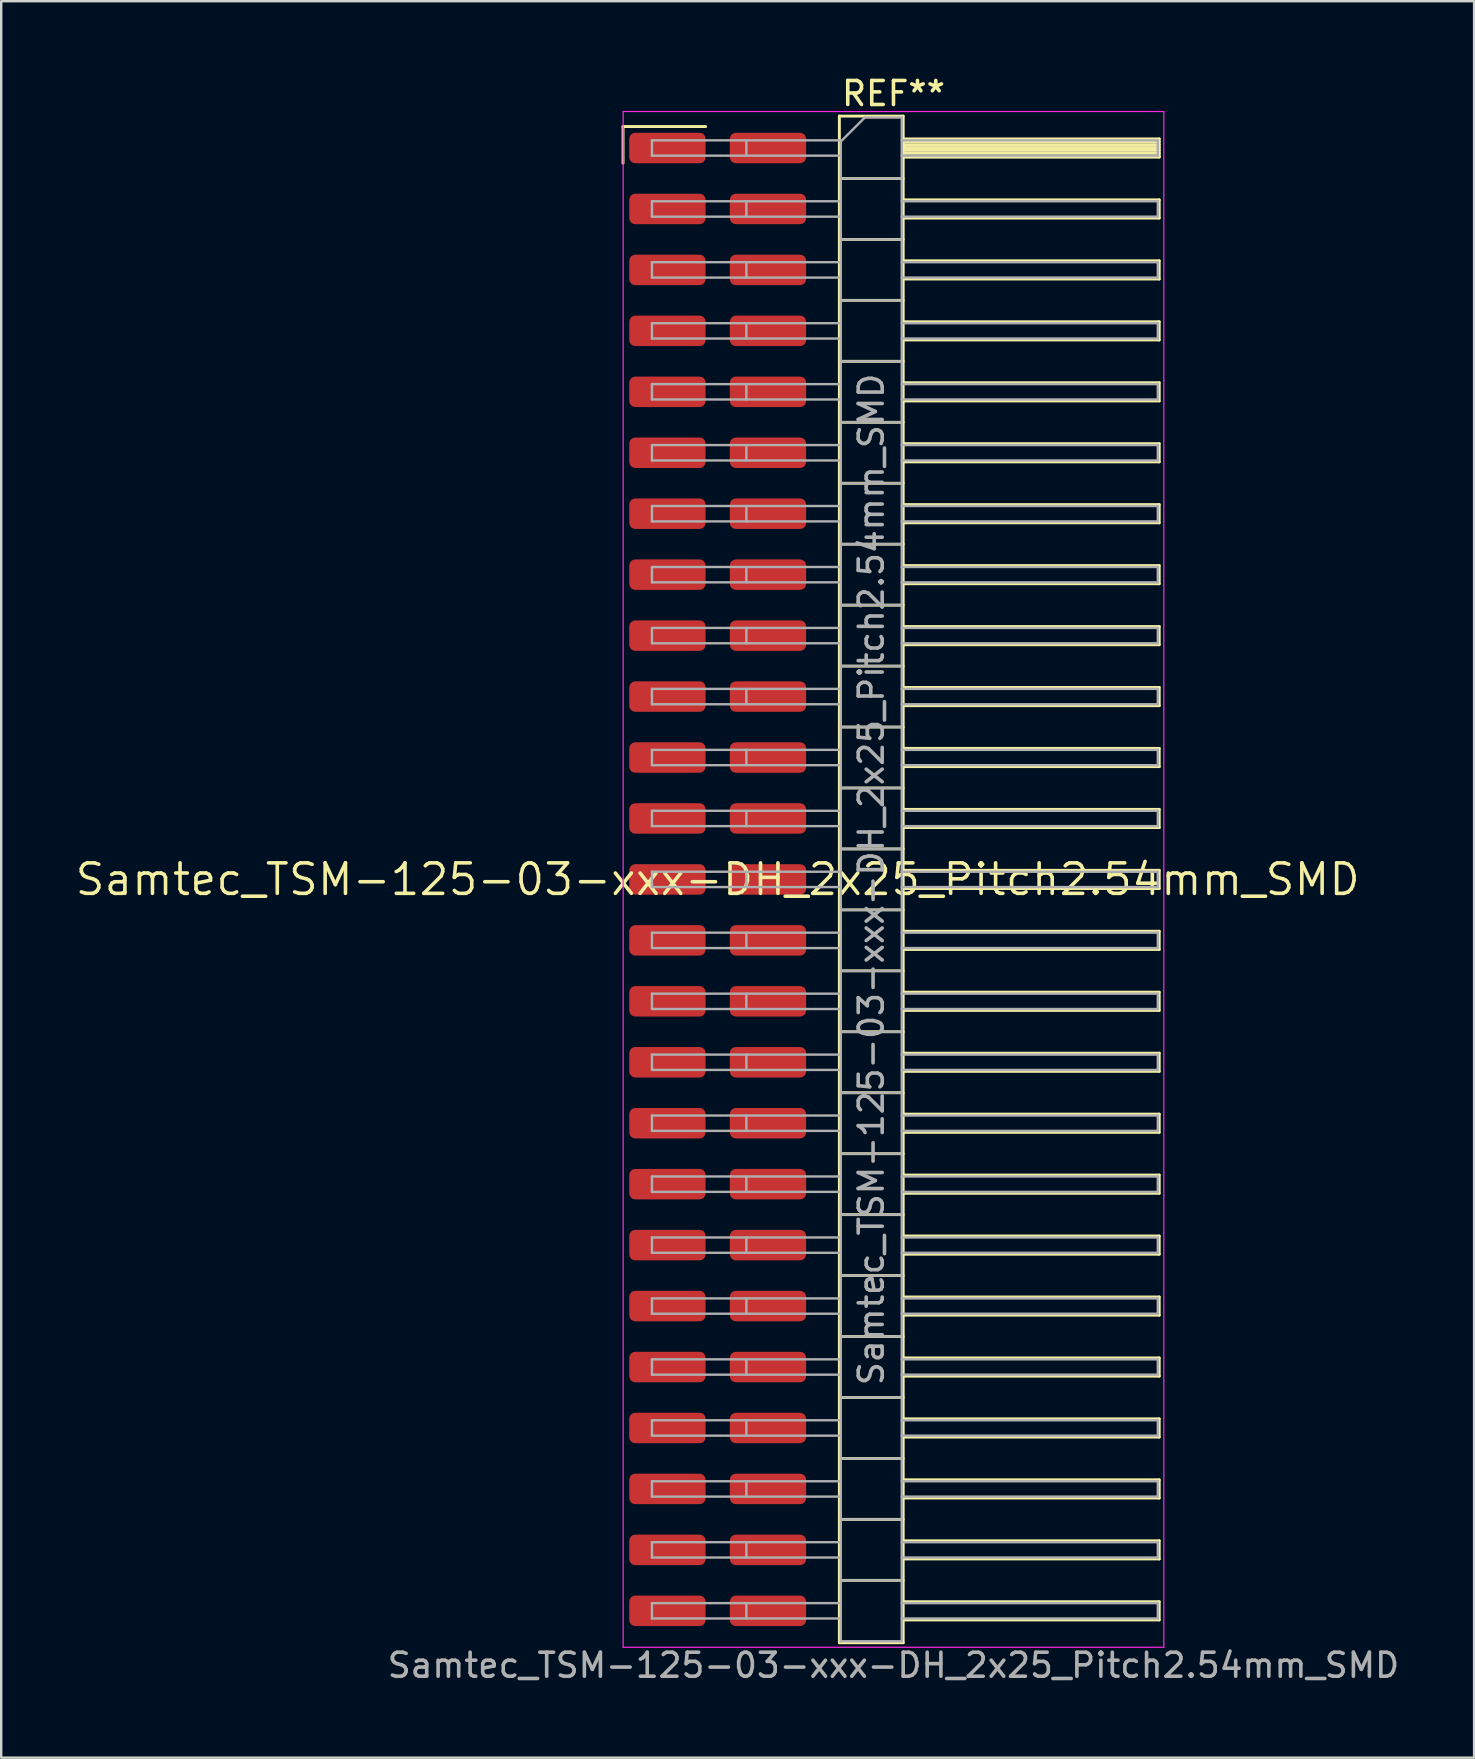
<source format=kicad_pcb>
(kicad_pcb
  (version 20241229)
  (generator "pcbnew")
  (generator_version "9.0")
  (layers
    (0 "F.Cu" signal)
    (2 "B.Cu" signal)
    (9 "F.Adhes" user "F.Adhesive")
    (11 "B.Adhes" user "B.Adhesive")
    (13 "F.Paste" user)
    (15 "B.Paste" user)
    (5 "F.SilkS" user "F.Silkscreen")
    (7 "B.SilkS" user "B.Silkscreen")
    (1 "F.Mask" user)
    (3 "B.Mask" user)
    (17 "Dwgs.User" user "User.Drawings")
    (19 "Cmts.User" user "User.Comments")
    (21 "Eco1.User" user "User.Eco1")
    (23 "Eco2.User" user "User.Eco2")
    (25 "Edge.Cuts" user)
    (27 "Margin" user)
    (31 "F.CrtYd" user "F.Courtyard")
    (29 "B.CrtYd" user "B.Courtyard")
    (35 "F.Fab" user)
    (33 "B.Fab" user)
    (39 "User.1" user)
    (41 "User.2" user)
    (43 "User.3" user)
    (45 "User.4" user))
  (footprint "Samtec_TSM-125-03-xxx-DH_2x25_Pitch2.54mm_SMD"
    (layer "F.Cu")
    (at 26.859 33.598)
    (property "Reference" "Samtec_TSM-125-03-xxx-DH_2x25_Pitch2.54mm_SMD" (at 0 0 0) (layer "F.SilkS") (effects (font (size 1.27 1.27) (thickness 0.15))))
    (attr smd)
    (fp_line (start -3.945 -31.375) (end -0.505 -31.375) (stroke (width 0.12) (type solid)) (layer "F.SilkS"))
    (fp_line (start -3.945 -29.845) (end -3.945 -31.375) (stroke (width 0.12) (type solid)) (layer "F.SilkS"))
    (fp_line (start 5.07 -31.81) (end 7.73 -31.81) (stroke (width 0.12) (type solid)) (layer "F.SilkS"))
    (fp_line (start 5.07 -29.21) (end 7.73 -29.21) (stroke (width 0.12) (type solid)) (layer "F.SilkS"))
    (fp_line (start 5.07 -26.67) (end 7.73 -26.67) (stroke (width 0.12) (type solid)) (layer "F.SilkS"))
    (fp_line (start 5.07 -24.13) (end 7.73 -24.13) (stroke (width 0.12) (type solid)) (layer "F.SilkS"))
    (fp_line (start 5.07 -21.59) (end 7.73 -21.59) (stroke (width 0.12) (type solid)) (layer "F.SilkS"))
    (fp_line (start 5.07 -19.05) (end 7.73 -19.05) (stroke (width 0.12) (type solid)) (layer "F.SilkS"))
    (fp_line (start 5.07 -16.51) (end 7.73 -16.51) (stroke (width 0.12) (type solid)) (layer "F.SilkS"))
    (fp_line (start 5.07 -13.97) (end 7.73 -13.97) (stroke (width 0.12) (type solid)) (layer "F.SilkS"))
    (fp_line (start 5.07 -11.43) (end 7.73 -11.43) (stroke (width 0.12) (type solid)) (layer "F.SilkS"))
    (fp_line (start 5.07 -8.89) (end 7.73 -8.89) (stroke (width 0.12) (type solid)) (layer "F.SilkS"))
    (fp_line (start 5.07 -6.35) (end 7.73 -6.35) (stroke (width 0.12) (type solid)) (layer "F.SilkS"))
    (fp_line (start 5.07 -3.81) (end 7.73 -3.81) (stroke (width 0.12) (type solid)) (layer "F.SilkS"))
    (fp_line (start 5.07 -1.27) (end 7.73 -1.27) (stroke (width 0.12) (type solid)) (layer "F.SilkS"))
    (fp_line (start 5.07 1.27) (end 7.73 1.27) (stroke (width 0.12) (type solid)) (layer "F.SilkS"))
    (fp_line (start 5.07 3.81) (end 7.73 3.81) (stroke (width 0.12) (type solid)) (layer "F.SilkS"))
    (fp_line (start 5.07 6.35) (end 7.73 6.35) (stroke (width 0.12) (type solid)) (layer "F.SilkS"))
    (fp_line (start 5.07 8.89) (end 7.73 8.89) (stroke (width 0.12) (type solid)) (layer "F.SilkS"))
    (fp_line (start 5.07 11.43) (end 7.73 11.43) (stroke (width 0.12) (type solid)) (layer "F.SilkS"))
    (fp_line (start 5.07 13.97) (end 7.73 13.97) (stroke (width 0.12) (type solid)) (layer "F.SilkS"))
    (fp_line (start 5.07 16.51) (end 7.73 16.51) (stroke (width 0.12) (type solid)) (layer "F.SilkS"))
    (fp_line (start 5.07 19.05) (end 7.73 19.05) (stroke (width 0.12) (type solid)) (layer "F.SilkS"))
    (fp_line (start 5.07 21.59) (end 7.73 21.59) (stroke (width 0.12) (type solid)) (layer "F.SilkS"))
    (fp_line (start 5.07 24.13) (end 7.73 24.13) (stroke (width 0.12) (type solid)) (layer "F.SilkS"))
    (fp_line (start 5.07 26.67) (end 7.73 26.67) (stroke (width 0.12) (type solid)) (layer "F.SilkS"))
    (fp_line (start 5.07 29.21) (end 7.73 29.21) (stroke (width 0.12) (type solid)) (layer "F.SilkS"))
    (fp_line (start 5.07 31.81) (end 5.07 -31.81) (stroke (width 0.12) (type solid)) (layer "F.SilkS"))
    (fp_line (start 7.73 -31.81) (end 7.73 31.81) (stroke (width 0.12) (type solid)) (layer "F.SilkS"))
    (fp_line (start 7.73 -30.86) (end 18.4 -30.86) (stroke (width 0.12) (type solid)) (layer "F.SilkS"))
    (fp_line (start 7.73 -30.74) (end 18.4 -30.74) (stroke (width 0.12) (type solid)) (layer "F.SilkS"))
    (fp_line (start 7.73 -30.62) (end 18.4 -30.62) (stroke (width 0.12) (type solid)) (layer "F.SilkS"))
    (fp_line (start 7.73 -30.5) (end 18.4 -30.5) (stroke (width 0.12) (type solid)) (layer "F.SilkS"))
    (fp_line (start 7.73 -30.38) (end 18.4 -30.38) (stroke (width 0.12) (type solid)) (layer "F.SilkS"))
    (fp_line (start 7.73 -30.26) (end 18.4 -30.26) (stroke (width 0.12) (type solid)) (layer "F.SilkS"))
    (fp_line (start 7.73 -30.14) (end 18.4 -30.14) (stroke (width 0.12) (type solid)) (layer "F.SilkS"))
    (fp_line (start 7.73 -30.1) (end 18.4 -30.1) (stroke (width 0.12) (type solid)) (layer "F.SilkS"))
    (fp_line (start 7.73 -28.32) (end 18.4 -28.32) (stroke (width 0.12) (type solid)) (layer "F.SilkS"))
    (fp_line (start 7.73 -27.56) (end 18.4 -27.56) (stroke (width 0.12) (type solid)) (layer "F.SilkS"))
    (fp_line (start 7.73 -25.78) (end 18.4 -25.78) (stroke (width 0.12) (type solid)) (layer "F.SilkS"))
    (fp_line (start 7.73 -25.02) (end 18.4 -25.02) (stroke (width 0.12) (type solid)) (layer "F.SilkS"))
    (fp_line (start 7.73 -23.24) (end 18.4 -23.24) (stroke (width 0.12) (type solid)) (layer "F.SilkS"))
    (fp_line (start 7.73 -22.48) (end 18.4 -22.48) (stroke (width 0.12) (type solid)) (layer "F.SilkS"))
    (fp_line (start 7.73 -20.7) (end 18.4 -20.7) (stroke (width 0.12) (type solid)) (layer "F.SilkS"))
    (fp_line (start 7.73 -19.94) (end 18.4 -19.94) (stroke (width 0.12) (type solid)) (layer "F.SilkS"))
    (fp_line (start 7.73 -18.16) (end 18.4 -18.16) (stroke (width 0.12) (type solid)) (layer "F.SilkS"))
    (fp_line (start 7.73 -17.4) (end 18.4 -17.4) (stroke (width 0.12) (type solid)) (layer "F.SilkS"))
    (fp_line (start 7.73 -15.62) (end 18.4 -15.62) (stroke (width 0.12) (type solid)) (layer "F.SilkS"))
    (fp_line (start 7.73 -14.86) (end 18.4 -14.86) (stroke (width 0.12) (type solid)) (layer "F.SilkS"))
    (fp_line (start 7.73 -13.08) (end 18.4 -13.08) (stroke (width 0.12) (type solid)) (layer "F.SilkS"))
    (fp_line (start 7.73 -12.32) (end 18.4 -12.32) (stroke (width 0.12) (type solid)) (layer "F.SilkS"))
    (fp_line (start 7.73 -10.54) (end 18.4 -10.54) (stroke (width 0.12) (type solid)) (layer "F.SilkS"))
    (fp_line (start 7.73 -9.78) (end 18.4 -9.78) (stroke (width 0.12) (type solid)) (layer "F.SilkS"))
    (fp_line (start 7.73 -8) (end 18.4 -8) (stroke (width 0.12) (type solid)) (layer "F.SilkS"))
    (fp_line (start 7.73 -7.24) (end 18.4 -7.24) (stroke (width 0.12) (type solid)) (layer "F.SilkS"))
    (fp_line (start 7.73 -5.46) (end 18.4 -5.46) (stroke (width 0.12) (type solid)) (layer "F.SilkS"))
    (fp_line (start 7.73 -4.7) (end 18.4 -4.7) (stroke (width 0.12) (type solid)) (layer "F.SilkS"))
    (fp_line (start 7.73 -2.92) (end 18.4 -2.92) (stroke (width 0.12) (type solid)) (layer "F.SilkS"))
    (fp_line (start 7.73 -2.16) (end 18.4 -2.16) (stroke (width 0.12) (type solid)) (layer "F.SilkS"))
    (fp_line (start 7.73 -0.38) (end 18.4 -0.38) (stroke (width 0.12) (type solid)) (layer "F.SilkS"))
    (fp_line (start 7.73 0.38) (end 18.4 0.38) (stroke (width 0.12) (type solid)) (layer "F.SilkS"))
    (fp_line (start 7.73 2.16) (end 18.4 2.16) (stroke (width 0.12) (type solid)) (layer "F.SilkS"))
    (fp_line (start 7.73 2.92) (end 18.4 2.92) (stroke (width 0.12) (type solid)) (layer "F.SilkS"))
    (fp_line (start 7.73 4.7) (end 18.4 4.7) (stroke (width 0.12) (type solid)) (layer "F.SilkS"))
    (fp_line (start 7.73 5.46) (end 18.4 5.46) (stroke (width 0.12) (type solid)) (layer "F.SilkS"))
    (fp_line (start 7.73 7.24) (end 18.4 7.24) (stroke (width 0.12) (type solid)) (layer "F.SilkS"))
    (fp_line (start 7.73 8) (end 18.4 8) (stroke (width 0.12) (type solid)) (layer "F.SilkS"))
    (fp_line (start 7.73 9.78) (end 18.4 9.78) (stroke (width 0.12) (type solid)) (layer "F.SilkS"))
    (fp_line (start 7.73 10.54) (end 18.4 10.54) (stroke (width 0.12) (type solid)) (layer "F.SilkS"))
    (fp_line (start 7.73 12.32) (end 18.4 12.32) (stroke (width 0.12) (type solid)) (layer "F.SilkS"))
    (fp_line (start 7.73 13.08) (end 18.4 13.08) (stroke (width 0.12) (type solid)) (layer "F.SilkS"))
    (fp_line (start 7.73 14.86) (end 18.4 14.86) (stroke (width 0.12) (type solid)) (layer "F.SilkS"))
    (fp_line (start 7.73 15.62) (end 18.4 15.62) (stroke (width 0.12) (type solid)) (layer "F.SilkS"))
    (fp_line (start 7.73 17.4) (end 18.4 17.4) (stroke (width 0.12) (type solid)) (layer "F.SilkS"))
    (fp_line (start 7.73 18.16) (end 18.4 18.16) (stroke (width 0.12) (type solid)) (layer "F.SilkS"))
    (fp_line (start 7.73 19.94) (end 18.4 19.94) (stroke (width 0.12) (type solid)) (layer "F.SilkS"))
    (fp_line (start 7.73 20.7) (end 18.4 20.7) (stroke (width 0.12) (type solid)) (layer "F.SilkS"))
    (fp_line (start 7.73 22.48) (end 18.4 22.48) (stroke (width 0.12) (type solid)) (layer "F.SilkS"))
    (fp_line (start 7.73 23.24) (end 18.4 23.24) (stroke (width 0.12) (type solid)) (layer "F.SilkS"))
    (fp_line (start 7.73 25.02) (end 18.4 25.02) (stroke (width 0.12) (type solid)) (layer "F.SilkS"))
    (fp_line (start 7.73 25.78) (end 18.4 25.78) (stroke (width 0.12) (type solid)) (layer "F.SilkS"))
    (fp_line (start 7.73 27.56) (end 18.4 27.56) (stroke (width 0.12) (type solid)) (layer "F.SilkS"))
    (fp_line (start 7.73 28.32) (end 18.4 28.32) (stroke (width 0.12) (type solid)) (layer "F.SilkS"))
    (fp_line (start 7.73 30.1) (end 18.4 30.1) (stroke (width 0.12) (type solid)) (layer "F.SilkS"))
    (fp_line (start 7.73 30.86) (end 18.4 30.86) (stroke (width 0.12) (type solid)) (layer "F.SilkS"))
    (fp_line (start 7.73 31.81) (end 5.07 31.81) (stroke (width 0.12) (type solid)) (layer "F.SilkS"))
    (fp_line (start 18.4 -30.86) (end 18.4 -30.1) (stroke (width 0.12) (type solid)) (layer "F.SilkS"))
    (fp_line (start 18.4 -28.32) (end 18.4 -27.56) (stroke (width 0.12) (type solid)) (layer "F.SilkS"))
    (fp_line (start 18.4 -25.78) (end 18.4 -25.02) (stroke (width 0.12) (type solid)) (layer "F.SilkS"))
    (fp_line (start 18.4 -23.24) (end 18.4 -22.48) (stroke (width 0.12) (type solid)) (layer "F.SilkS"))
    (fp_line (start 18.4 -20.7) (end 18.4 -19.94) (stroke (width 0.12) (type solid)) (layer "F.SilkS"))
    (fp_line (start 18.4 -18.16) (end 18.4 -17.4) (stroke (width 0.12) (type solid)) (layer "F.SilkS"))
    (fp_line (start 18.4 -15.62) (end 18.4 -14.86) (stroke (width 0.12) (type solid)) (layer "F.SilkS"))
    (fp_line (start 18.4 -13.08) (end 18.4 -12.32) (stroke (width 0.12) (type solid)) (layer "F.SilkS"))
    (fp_line (start 18.4 -10.54) (end 18.4 -9.78) (stroke (width 0.12) (type solid)) (layer "F.SilkS"))
    (fp_line (start 18.4 -8) (end 18.4 -7.24) (stroke (width 0.12) (type solid)) (layer "F.SilkS"))
    (fp_line (start 18.4 -5.46) (end 18.4 -4.7) (stroke (width 0.12) (type solid)) (layer "F.SilkS"))
    (fp_line (start 18.4 -2.92) (end 18.4 -2.16) (stroke (width 0.12) (type solid)) (layer "F.SilkS"))
    (fp_line (start 18.4 -0.38) (end 18.4 0.38) (stroke (width 0.12) (type solid)) (layer "F.SilkS"))
    (fp_line (start 18.4 2.16) (end 18.4 2.92) (stroke (width 0.12) (type solid)) (layer "F.SilkS"))
    (fp_line (start 18.4 4.7) (end 18.4 5.46) (stroke (width 0.12) (type solid)) (layer "F.SilkS"))
    (fp_line (start 18.4 7.24) (end 18.4 8) (stroke (width 0.12) (type solid)) (layer "F.SilkS"))
    (fp_line (start 18.4 9.78) (end 18.4 10.54) (stroke (width 0.12) (type solid)) (layer "F.SilkS"))
    (fp_line (start 18.4 12.32) (end 18.4 13.08) (stroke (width 0.12) (type solid)) (layer "F.SilkS"))
    (fp_line (start 18.4 14.86) (end 18.4 15.62) (stroke (width 0.12) (type solid)) (layer "F.SilkS"))
    (fp_line (start 18.4 17.4) (end 18.4 18.16) (stroke (width 0.12) (type solid)) (layer "F.SilkS"))
    (fp_line (start 18.4 19.94) (end 18.4 20.7) (stroke (width 0.12) (type solid)) (layer "F.SilkS"))
    (fp_line (start 18.4 22.48) (end 18.4 23.24) (stroke (width 0.12) (type solid)) (layer "F.SilkS"))
    (fp_line (start 18.4 25.02) (end 18.4 25.78) (stroke (width 0.12) (type solid)) (layer "F.SilkS"))
    (fp_line (start 18.4 27.56) (end 18.4 28.32) (stroke (width 0.12) (type solid)) (layer "F.SilkS"))
    (fp_line (start 18.4 30.1) (end 18.4 30.86) (stroke (width 0.12) (type solid)) (layer "F.SilkS"))
    (fp_line (start -3.94 -32) (end 18.59 -32) (stroke (width 0.05) (type solid)) (layer "F.CrtYd"))
    (fp_line (start -3.94 32) (end -3.94 -32) (stroke (width 0.05) (type solid)) (layer "F.CrtYd"))
    (fp_line (start 18.59 -32) (end 18.59 32) (stroke (width 0.05) (type solid)) (layer "F.CrtYd"))
    (fp_line (start 18.59 32) (end -3.94 32) (stroke (width 0.05) (type solid)) (layer "F.CrtYd"))
    (fp_line (start -2.74 -30.8) (end -2.74 -30.16) (stroke (width 0.1) (type solid)) (layer "F.Fab"))
    (fp_line (start -2.74 -30.8) (end 5.13 -30.8) (stroke (width 0.1) (type solid)) (layer "F.Fab"))
    (fp_line (start -2.74 -30.16) (end 5.13 -30.16) (stroke (width 0.1) (type solid)) (layer "F.Fab"))
    (fp_line (start -2.74 -28.26) (end -2.74 -27.62) (stroke (width 0.1) (type solid)) (layer "F.Fab"))
    (fp_line (start -2.74 -28.26) (end 5.13 -28.26) (stroke (width 0.1) (type solid)) (layer "F.Fab"))
    (fp_line (start -2.74 -27.62) (end 5.13 -27.62) (stroke (width 0.1) (type solid)) (layer "F.Fab"))
    (fp_line (start -2.74 -25.72) (end -2.74 -25.08) (stroke (width 0.1) (type solid)) (layer "F.Fab"))
    (fp_line (start -2.74 -25.72) (end 5.13 -25.72) (stroke (width 0.1) (type solid)) (layer "F.Fab"))
    (fp_line (start -2.74 -25.08) (end 5.13 -25.08) (stroke (width 0.1) (type solid)) (layer "F.Fab"))
    (fp_line (start -2.74 -23.18) (end -2.74 -22.54) (stroke (width 0.1) (type solid)) (layer "F.Fab"))
    (fp_line (start -2.74 -23.18) (end 5.13 -23.18) (stroke (width 0.1) (type solid)) (layer "F.Fab"))
    (fp_line (start -2.74 -22.54) (end 5.13 -22.54) (stroke (width 0.1) (type solid)) (layer "F.Fab"))
    (fp_line (start -2.74 -20.64) (end -2.74 -20) (stroke (width 0.1) (type solid)) (layer "F.Fab"))
    (fp_line (start -2.74 -20.64) (end 5.13 -20.64) (stroke (width 0.1) (type solid)) (layer "F.Fab"))
    (fp_line (start -2.74 -20) (end 5.13 -20) (stroke (width 0.1) (type solid)) (layer "F.Fab"))
    (fp_line (start -2.74 -18.1) (end -2.74 -17.46) (stroke (width 0.1) (type solid)) (layer "F.Fab"))
    (fp_line (start -2.74 -18.1) (end 5.13 -18.1) (stroke (width 0.1) (type solid)) (layer "F.Fab"))
    (fp_line (start -2.74 -17.46) (end 5.13 -17.46) (stroke (width 0.1) (type solid)) (layer "F.Fab"))
    (fp_line (start -2.74 -15.56) (end -2.74 -14.92) (stroke (width 0.1) (type solid)) (layer "F.Fab"))
    (fp_line (start -2.74 -15.56) (end 5.13 -15.56) (stroke (width 0.1) (type solid)) (layer "F.Fab"))
    (fp_line (start -2.74 -14.92) (end 5.13 -14.92) (stroke (width 0.1) (type solid)) (layer "F.Fab"))
    (fp_line (start -2.74 -13.02) (end -2.74 -12.38) (stroke (width 0.1) (type solid)) (layer "F.Fab"))
    (fp_line (start -2.74 -13.02) (end 5.13 -13.02) (stroke (width 0.1) (type solid)) (layer "F.Fab"))
    (fp_line (start -2.74 -12.38) (end 5.13 -12.38) (stroke (width 0.1) (type solid)) (layer "F.Fab"))
    (fp_line (start -2.74 -10.48) (end -2.74 -9.84) (stroke (width 0.1) (type solid)) (layer "F.Fab"))
    (fp_line (start -2.74 -10.48) (end 5.13 -10.48) (stroke (width 0.1) (type solid)) (layer "F.Fab"))
    (fp_line (start -2.74 -9.84) (end 5.13 -9.84) (stroke (width 0.1) (type solid)) (layer "F.Fab"))
    (fp_line (start -2.74 -7.94) (end -2.74 -7.3) (stroke (width 0.1) (type solid)) (layer "F.Fab"))
    (fp_line (start -2.74 -7.94) (end 5.13 -7.94) (stroke (width 0.1) (type solid)) (layer "F.Fab"))
    (fp_line (start -2.74 -7.3) (end 5.13 -7.3) (stroke (width 0.1) (type solid)) (layer "F.Fab"))
    (fp_line (start -2.74 -5.4) (end -2.74 -4.76) (stroke (width 0.1) (type solid)) (layer "F.Fab"))
    (fp_line (start -2.74 -5.4) (end 5.13 -5.4) (stroke (width 0.1) (type solid)) (layer "F.Fab"))
    (fp_line (start -2.74 -4.76) (end 5.13 -4.76) (stroke (width 0.1) (type solid)) (layer "F.Fab"))
    (fp_line (start -2.74 -2.86) (end -2.74 -2.22) (stroke (width 0.1) (type solid)) (layer "F.Fab"))
    (fp_line (start -2.74 -2.86) (end 5.13 -2.86) (stroke (width 0.1) (type solid)) (layer "F.Fab"))
    (fp_line (start -2.74 -2.22) (end 5.13 -2.22) (stroke (width 0.1) (type solid)) (layer "F.Fab"))
    (fp_line (start -2.74 -0.32) (end -2.74 0.32) (stroke (width 0.1) (type solid)) (layer "F.Fab"))
    (fp_line (start -2.74 -0.32) (end 5.13 -0.32) (stroke (width 0.1) (type solid)) (layer "F.Fab"))
    (fp_line (start -2.74 0.32) (end 5.13 0.32) (stroke (width 0.1) (type solid)) (layer "F.Fab"))
    (fp_line (start -2.74 2.22) (end -2.74 2.86) (stroke (width 0.1) (type solid)) (layer "F.Fab"))
    (fp_line (start -2.74 2.22) (end 5.13 2.22) (stroke (width 0.1) (type solid)) (layer "F.Fab"))
    (fp_line (start -2.74 2.86) (end 5.13 2.86) (stroke (width 0.1) (type solid)) (layer "F.Fab"))
    (fp_line (start -2.74 4.76) (end -2.74 5.4) (stroke (width 0.1) (type solid)) (layer "F.Fab"))
    (fp_line (start -2.74 4.76) (end 5.13 4.76) (stroke (width 0.1) (type solid)) (layer "F.Fab"))
    (fp_line (start -2.74 5.4) (end 5.13 5.4) (stroke (width 0.1) (type solid)) (layer "F.Fab"))
    (fp_line (start -2.74 7.3) (end -2.74 7.94) (stroke (width 0.1) (type solid)) (layer "F.Fab"))
    (fp_line (start -2.74 7.3) (end 5.13 7.3) (stroke (width 0.1) (type solid)) (layer "F.Fab"))
    (fp_line (start -2.74 7.94) (end 5.13 7.94) (stroke (width 0.1) (type solid)) (layer "F.Fab"))
    (fp_line (start -2.74 9.84) (end -2.74 10.48) (stroke (width 0.1) (type solid)) (layer "F.Fab"))
    (fp_line (start -2.74 9.84) (end 5.13 9.84) (stroke (width 0.1) (type solid)) (layer "F.Fab"))
    (fp_line (start -2.74 10.48) (end 5.13 10.48) (stroke (width 0.1) (type solid)) (layer "F.Fab"))
    (fp_line (start -2.74 12.38) (end -2.74 13.02) (stroke (width 0.1) (type solid)) (layer "F.Fab"))
    (fp_line (start -2.74 12.38) (end 5.13 12.38) (stroke (width 0.1) (type solid)) (layer "F.Fab"))
    (fp_line (start -2.74 13.02) (end 5.13 13.02) (stroke (width 0.1) (type solid)) (layer "F.Fab"))
    (fp_line (start -2.74 14.92) (end -2.74 15.56) (stroke (width 0.1) (type solid)) (layer "F.Fab"))
    (fp_line (start -2.74 14.92) (end 5.13 14.92) (stroke (width 0.1) (type solid)) (layer "F.Fab"))
    (fp_line (start -2.74 15.56) (end 5.13 15.56) (stroke (width 0.1) (type solid)) (layer "F.Fab"))
    (fp_line (start -2.74 17.46) (end -2.74 18.1) (stroke (width 0.1) (type solid)) (layer "F.Fab"))
    (fp_line (start -2.74 17.46) (end 5.13 17.46) (stroke (width 0.1) (type solid)) (layer "F.Fab"))
    (fp_line (start -2.74 18.1) (end 5.13 18.1) (stroke (width 0.1) (type solid)) (layer "F.Fab"))
    (fp_line (start -2.74 20) (end -2.74 20.64) (stroke (width 0.1) (type solid)) (layer "F.Fab"))
    (fp_line (start -2.74 20) (end 5.13 20) (stroke (width 0.1) (type solid)) (layer "F.Fab"))
    (fp_line (start -2.74 20.64) (end 5.13 20.64) (stroke (width 0.1) (type solid)) (layer "F.Fab"))
    (fp_line (start -2.74 22.54) (end -2.74 23.18) (stroke (width 0.1) (type solid)) (layer "F.Fab"))
    (fp_line (start -2.74 22.54) (end 5.13 22.54) (stroke (width 0.1) (type solid)) (layer "F.Fab"))
    (fp_line (start -2.74 23.18) (end 5.13 23.18) (stroke (width 0.1) (type solid)) (layer "F.Fab"))
    (fp_line (start -2.74 25.08) (end -2.74 25.72) (stroke (width 0.1) (type solid)) (layer "F.Fab"))
    (fp_line (start -2.74 25.08) (end 5.13 25.08) (stroke (width 0.1) (type solid)) (layer "F.Fab"))
    (fp_line (start -2.74 25.72) (end 5.13 25.72) (stroke (width 0.1) (type solid)) (layer "F.Fab"))
    (fp_line (start -2.74 27.62) (end -2.74 28.26) (stroke (width 0.1) (type solid)) (layer "F.Fab"))
    (fp_line (start -2.74 27.62) (end 5.13 27.62) (stroke (width 0.1) (type solid)) (layer "F.Fab"))
    (fp_line (start -2.74 28.26) (end 5.13 28.26) (stroke (width 0.1) (type solid)) (layer "F.Fab"))
    (fp_line (start -2.74 30.16) (end -2.74 30.8) (stroke (width 0.1) (type solid)) (layer "F.Fab"))
    (fp_line (start -2.74 30.16) (end 5.13 30.16) (stroke (width 0.1) (type solid)) (layer "F.Fab"))
    (fp_line (start -2.74 30.8) (end 5.13 30.8) (stroke (width 0.1) (type solid)) (layer "F.Fab"))
    (fp_line (start 1.195 -30.8) (end 1.195 -30.16) (stroke (width 0.1) (type solid)) (layer "F.Fab"))
    (fp_line (start 1.195 -28.26) (end 1.195 -27.62) (stroke (width 0.1) (type solid)) (layer "F.Fab"))
    (fp_line (start 1.195 -25.72) (end 1.195 -25.08) (stroke (width 0.1) (type solid)) (layer "F.Fab"))
    (fp_line (start 1.195 -23.18) (end 1.195 -22.54) (stroke (width 0.1) (type solid)) (layer "F.Fab"))
    (fp_line (start 1.195 -20.64) (end 1.195 -20) (stroke (width 0.1) (type solid)) (layer "F.Fab"))
    (fp_line (start 1.195 -18.1) (end 1.195 -17.46) (stroke (width 0.1) (type solid)) (layer "F.Fab"))
    (fp_line (start 1.195 -15.56) (end 1.195 -14.92) (stroke (width 0.1) (type solid)) (layer "F.Fab"))
    (fp_line (start 1.195 -13.02) (end 1.195 -12.38) (stroke (width 0.1) (type solid)) (layer "F.Fab"))
    (fp_line (start 1.195 -10.48) (end 1.195 -9.84) (stroke (width 0.1) (type solid)) (layer "F.Fab"))
    (fp_line (start 1.195 -7.94) (end 1.195 -7.3) (stroke (width 0.1) (type solid)) (layer "F.Fab"))
    (fp_line (start 1.195 -5.4) (end 1.195 -4.76) (stroke (width 0.1) (type solid)) (layer "F.Fab"))
    (fp_line (start 1.195 -2.86) (end 1.195 -2.22) (stroke (width 0.1) (type solid)) (layer "F.Fab"))
    (fp_line (start 1.195 -0.32) (end 1.195 0.32) (stroke (width 0.1) (type solid)) (layer "F.Fab"))
    (fp_line (start 1.195 2.22) (end 1.195 2.86) (stroke (width 0.1) (type solid)) (layer "F.Fab"))
    (fp_line (start 1.195 4.76) (end 1.195 5.4) (stroke (width 0.1) (type solid)) (layer "F.Fab"))
    (fp_line (start 1.195 7.3) (end 1.195 7.94) (stroke (width 0.1) (type solid)) (layer "F.Fab"))
    (fp_line (start 1.195 9.84) (end 1.195 10.48) (stroke (width 0.1) (type solid)) (layer "F.Fab"))
    (fp_line (start 1.195 12.38) (end 1.195 13.02) (stroke (width 0.1) (type solid)) (layer "F.Fab"))
    (fp_line (start 1.195 14.92) (end 1.195 15.56) (stroke (width 0.1) (type solid)) (layer "F.Fab"))
    (fp_line (start 1.195 17.46) (end 1.195 18.1) (stroke (width 0.1) (type solid)) (layer "F.Fab"))
    (fp_line (start 1.195 20) (end 1.195 20.64) (stroke (width 0.1) (type solid)) (layer "F.Fab"))
    (fp_line (start 1.195 22.54) (end 1.195 23.18) (stroke (width 0.1) (type solid)) (layer "F.Fab"))
    (fp_line (start 1.195 25.08) (end 1.195 25.72) (stroke (width 0.1) (type solid)) (layer "F.Fab"))
    (fp_line (start 1.195 27.62) (end 1.195 28.26) (stroke (width 0.1) (type solid)) (layer "F.Fab"))
    (fp_line (start 1.195 30.16) (end 1.195 30.8) (stroke (width 0.1) (type solid)) (layer "F.Fab"))
    (fp_line (start 5.13 -30.75) (end 6.13 -31.75) (stroke (width 0.1) (type solid)) (layer "F.Fab"))
    (fp_line (start 5.13 -29.21) (end 7.67 -29.21) (stroke (width 0.1) (type solid)) (layer "F.Fab"))
    (fp_line (start 5.13 -26.67) (end 7.67 -26.67) (stroke (width 0.1) (type solid)) (layer "F.Fab"))
    (fp_line (start 5.13 -24.13) (end 7.67 -24.13) (stroke (width 0.1) (type solid)) (layer "F.Fab"))
    (fp_line (start 5.13 -21.59) (end 7.67 -21.59) (stroke (width 0.1) (type solid)) (layer "F.Fab"))
    (fp_line (start 5.13 -19.05) (end 7.67 -19.05) (stroke (width 0.1) (type solid)) (layer "F.Fab"))
    (fp_line (start 5.13 -16.51) (end 7.67 -16.51) (stroke (width 0.1) (type solid)) (layer "F.Fab"))
    (fp_line (start 5.13 -13.97) (end 7.67 -13.97) (stroke (width 0.1) (type solid)) (layer "F.Fab"))
    (fp_line (start 5.13 -11.43) (end 7.67 -11.43) (stroke (width 0.1) (type solid)) (layer "F.Fab"))
    (fp_line (start 5.13 -8.89) (end 7.67 -8.89) (stroke (width 0.1) (type solid)) (layer "F.Fab"))
    (fp_line (start 5.13 -6.35) (end 7.67 -6.35) (stroke (width 0.1) (type solid)) (layer "F.Fab"))
    (fp_line (start 5.13 -3.81) (end 7.67 -3.81) (stroke (width 0.1) (type solid)) (layer "F.Fab"))
    (fp_line (start 5.13 -1.27) (end 7.67 -1.27) (stroke (width 0.1) (type solid)) (layer "F.Fab"))
    (fp_line (start 5.13 1.27) (end 7.67 1.27) (stroke (width 0.1) (type solid)) (layer "F.Fab"))
    (fp_line (start 5.13 3.81) (end 7.67 3.81) (stroke (width 0.1) (type solid)) (layer "F.Fab"))
    (fp_line (start 5.13 6.35) (end 7.67 6.35) (stroke (width 0.1) (type solid)) (layer "F.Fab"))
    (fp_line (start 5.13 8.89) (end 7.67 8.89) (stroke (width 0.1) (type solid)) (layer "F.Fab"))
    (fp_line (start 5.13 11.43) (end 7.67 11.43) (stroke (width 0.1) (type solid)) (layer "F.Fab"))
    (fp_line (start 5.13 13.97) (end 7.67 13.97) (stroke (width 0.1) (type solid)) (layer "F.Fab"))
    (fp_line (start 5.13 16.51) (end 7.67 16.51) (stroke (width 0.1) (type solid)) (layer "F.Fab"))
    (fp_line (start 5.13 19.05) (end 7.67 19.05) (stroke (width 0.1) (type solid)) (layer "F.Fab"))
    (fp_line (start 5.13 21.59) (end 7.67 21.59) (stroke (width 0.1) (type solid)) (layer "F.Fab"))
    (fp_line (start 5.13 24.13) (end 7.67 24.13) (stroke (width 0.1) (type solid)) (layer "F.Fab"))
    (fp_line (start 5.13 26.67) (end 7.67 26.67) (stroke (width 0.1) (type solid)) (layer "F.Fab"))
    (fp_line (start 5.13 29.21) (end 7.67 29.21) (stroke (width 0.1) (type solid)) (layer "F.Fab"))
    (fp_line (start 5.13 31.75) (end 5.13 -30.75) (stroke (width 0.1) (type solid)) (layer "F.Fab"))
    (fp_line (start 6.13 -31.75) (end 7.67 -31.75) (stroke (width 0.1) (type solid)) (layer "F.Fab"))
    (fp_line (start 7.67 -31.75) (end 7.67 31.75) (stroke (width 0.1) (type solid)) (layer "F.Fab"))
    (fp_line (start 7.67 -30.8) (end 18.34 -30.8) (stroke (width 0.1) (type solid)) (layer "F.Fab"))
    (fp_line (start 7.67 -30.16) (end 18.34 -30.16) (stroke (width 0.1) (type solid)) (layer "F.Fab"))
    (fp_line (start 7.67 -28.26) (end 18.34 -28.26) (stroke (width 0.1) (type solid)) (layer "F.Fab"))
    (fp_line (start 7.67 -27.62) (end 18.34 -27.62) (stroke (width 0.1) (type solid)) (layer "F.Fab"))
    (fp_line (start 7.67 -25.72) (end 18.34 -25.72) (stroke (width 0.1) (type solid)) (layer "F.Fab"))
    (fp_line (start 7.67 -25.08) (end 18.34 -25.08) (stroke (width 0.1) (type solid)) (layer "F.Fab"))
    (fp_line (start 7.67 -23.18) (end 18.34 -23.18) (stroke (width 0.1) (type solid)) (layer "F.Fab"))
    (fp_line (start 7.67 -22.54) (end 18.34 -22.54) (stroke (width 0.1) (type solid)) (layer "F.Fab"))
    (fp_line (start 7.67 -20.64) (end 18.34 -20.64) (stroke (width 0.1) (type solid)) (layer "F.Fab"))
    (fp_line (start 7.67 -20) (end 18.34 -20) (stroke (width 0.1) (type solid)) (layer "F.Fab"))
    (fp_line (start 7.67 -18.1) (end 18.34 -18.1) (stroke (width 0.1) (type solid)) (layer "F.Fab"))
    (fp_line (start 7.67 -17.46) (end 18.34 -17.46) (stroke (width 0.1) (type solid)) (layer "F.Fab"))
    (fp_line (start 7.67 -15.56) (end 18.34 -15.56) (stroke (width 0.1) (type solid)) (layer "F.Fab"))
    (fp_line (start 7.67 -14.92) (end 18.34 -14.92) (stroke (width 0.1) (type solid)) (layer "F.Fab"))
    (fp_line (start 7.67 -13.02) (end 18.34 -13.02) (stroke (width 0.1) (type solid)) (layer "F.Fab"))
    (fp_line (start 7.67 -12.38) (end 18.34 -12.38) (stroke (width 0.1) (type solid)) (layer "F.Fab"))
    (fp_line (start 7.67 -10.48) (end 18.34 -10.48) (stroke (width 0.1) (type solid)) (layer "F.Fab"))
    (fp_line (start 7.67 -9.84) (end 18.34 -9.84) (stroke (width 0.1) (type solid)) (layer "F.Fab"))
    (fp_line (start 7.67 -7.94) (end 18.34 -7.94) (stroke (width 0.1) (type solid)) (layer "F.Fab"))
    (fp_line (start 7.67 -7.3) (end 18.34 -7.3) (stroke (width 0.1) (type solid)) (layer "F.Fab"))
    (fp_line (start 7.67 -5.4) (end 18.34 -5.4) (stroke (width 0.1) (type solid)) (layer "F.Fab"))
    (fp_line (start 7.67 -4.76) (end 18.34 -4.76) (stroke (width 0.1) (type solid)) (layer "F.Fab"))
    (fp_line (start 7.67 -2.86) (end 18.34 -2.86) (stroke (width 0.1) (type solid)) (layer "F.Fab"))
    (fp_line (start 7.67 -2.22) (end 18.34 -2.22) (stroke (width 0.1) (type solid)) (layer "F.Fab"))
    (fp_line (start 7.67 -0.32) (end 18.34 -0.32) (stroke (width 0.1) (type solid)) (layer "F.Fab"))
    (fp_line (start 7.67 0.32) (end 18.34 0.32) (stroke (width 0.1) (type solid)) (layer "F.Fab"))
    (fp_line (start 7.67 2.22) (end 18.34 2.22) (stroke (width 0.1) (type solid)) (layer "F.Fab"))
    (fp_line (start 7.67 2.86) (end 18.34 2.86) (stroke (width 0.1) (type solid)) (layer "F.Fab"))
    (fp_line (start 7.67 4.76) (end 18.34 4.76) (stroke (width 0.1) (type solid)) (layer "F.Fab"))
    (fp_line (start 7.67 5.4) (end 18.34 5.4) (stroke (width 0.1) (type solid)) (layer "F.Fab"))
    (fp_line (start 7.67 7.3) (end 18.34 7.3) (stroke (width 0.1) (type solid)) (layer "F.Fab"))
    (fp_line (start 7.67 7.94) (end 18.34 7.94) (stroke (width 0.1) (type solid)) (layer "F.Fab"))
    (fp_line (start 7.67 9.84) (end 18.34 9.84) (stroke (width 0.1) (type solid)) (layer "F.Fab"))
    (fp_line (start 7.67 10.48) (end 18.34 10.48) (stroke (width 0.1) (type solid)) (layer "F.Fab"))
    (fp_line (start 7.67 12.38) (end 18.34 12.38) (stroke (width 0.1) (type solid)) (layer "F.Fab"))
    (fp_line (start 7.67 13.02) (end 18.34 13.02) (stroke (width 0.1) (type solid)) (layer "F.Fab"))
    (fp_line (start 7.67 14.92) (end 18.34 14.92) (stroke (width 0.1) (type solid)) (layer "F.Fab"))
    (fp_line (start 7.67 15.56) (end 18.34 15.56) (stroke (width 0.1) (type solid)) (layer "F.Fab"))
    (fp_line (start 7.67 17.46) (end 18.34 17.46) (stroke (width 0.1) (type solid)) (layer "F.Fab"))
    (fp_line (start 7.67 18.1) (end 18.34 18.1) (stroke (width 0.1) (type solid)) (layer "F.Fab"))
    (fp_line (start 7.67 20) (end 18.34 20) (stroke (width 0.1) (type solid)) (layer "F.Fab"))
    (fp_line (start 7.67 20.64) (end 18.34 20.64) (stroke (width 0.1) (type solid)) (layer "F.Fab"))
    (fp_line (start 7.67 22.54) (end 18.34 22.54) (stroke (width 0.1) (type solid)) (layer "F.Fab"))
    (fp_line (start 7.67 23.18) (end 18.34 23.18) (stroke (width 0.1) (type solid)) (layer "F.Fab"))
    (fp_line (start 7.67 25.08) (end 18.34 25.08) (stroke (width 0.1) (type solid)) (layer "F.Fab"))
    (fp_line (start 7.67 25.72) (end 18.34 25.72) (stroke (width 0.1) (type solid)) (layer "F.Fab"))
    (fp_line (start 7.67 27.62) (end 18.34 27.62) (stroke (width 0.1) (type solid)) (layer "F.Fab"))
    (fp_line (start 7.67 28.26) (end 18.34 28.26) (stroke (width 0.1) (type solid)) (layer "F.Fab"))
    (fp_line (start 7.67 30.16) (end 18.34 30.16) (stroke (width 0.1) (type solid)) (layer "F.Fab"))
    (fp_line (start 7.67 30.8) (end 18.34 30.8) (stroke (width 0.1) (type solid)) (layer "F.Fab"))
    (fp_line (start 7.67 31.75) (end 5.13 31.75) (stroke (width 0.1) (type solid)) (layer "F.Fab"))
    (fp_line (start 18.34 -30.8) (end 18.34 -30.16) (stroke (width 0.1) (type solid)) (layer "F.Fab"))
    (fp_line (start 18.34 -28.26) (end 18.34 -27.62) (stroke (width 0.1) (type solid)) (layer "F.Fab"))
    (fp_line (start 18.34 -25.72) (end 18.34 -25.08) (stroke (width 0.1) (type solid)) (layer "F.Fab"))
    (fp_line (start 18.34 -23.18) (end 18.34 -22.54) (stroke (width 0.1) (type solid)) (layer "F.Fab"))
    (fp_line (start 18.34 -20.64) (end 18.34 -20) (stroke (width 0.1) (type solid)) (layer "F.Fab"))
    (fp_line (start 18.34 -18.1) (end 18.34 -17.46) (stroke (width 0.1) (type solid)) (layer "F.Fab"))
    (fp_line (start 18.34 -15.56) (end 18.34 -14.92) (stroke (width 0.1) (type solid)) (layer "F.Fab"))
    (fp_line (start 18.34 -13.02) (end 18.34 -12.38) (stroke (width 0.1) (type solid)) (layer "F.Fab"))
    (fp_line (start 18.34 -10.48) (end 18.34 -9.84) (stroke (width 0.1) (type solid)) (layer "F.Fab"))
    (fp_line (start 18.34 -7.94) (end 18.34 -7.3) (stroke (width 0.1) (type solid)) (layer "F.Fab"))
    (fp_line (start 18.34 -5.4) (end 18.34 -4.76) (stroke (width 0.1) (type solid)) (layer "F.Fab"))
    (fp_line (start 18.34 -2.86) (end 18.34 -2.22) (stroke (width 0.1) (type solid)) (layer "F.Fab"))
    (fp_line (start 18.34 -0.32) (end 18.34 0.32) (stroke (width 0.1) (type solid)) (layer "F.Fab"))
    (fp_line (start 18.34 2.22) (end 18.34 2.86) (stroke (width 0.1) (type solid)) (layer "F.Fab"))
    (fp_line (start 18.34 4.76) (end 18.34 5.4) (stroke (width 0.1) (type solid)) (layer "F.Fab"))
    (fp_line (start 18.34 7.3) (end 18.34 7.94) (stroke (width 0.1) (type solid)) (layer "F.Fab"))
    (fp_line (start 18.34 9.84) (end 18.34 10.48) (stroke (width 0.1) (type solid)) (layer "F.Fab"))
    (fp_line (start 18.34 12.38) (end 18.34 13.02) (stroke (width 0.1) (type solid)) (layer "F.Fab"))
    (fp_line (start 18.34 14.92) (end 18.34 15.56) (stroke (width 0.1) (type solid)) (layer "F.Fab"))
    (fp_line (start 18.34 17.46) (end 18.34 18.1) (stroke (width 0.1) (type solid)) (layer "F.Fab"))
    (fp_line (start 18.34 20) (end 18.34 20.64) (stroke (width 0.1) (type solid)) (layer "F.Fab"))
    (fp_line (start 18.34 22.54) (end 18.34 23.18) (stroke (width 0.1) (type solid)) (layer "F.Fab"))
    (fp_line (start 18.34 25.08) (end 18.34 25.72) (stroke (width 0.1) (type solid)) (layer "F.Fab"))
    (fp_line (start 18.34 27.62) (end 18.34 28.26) (stroke (width 0.1) (type solid)) (layer "F.Fab"))
    (fp_line (start 18.34 30.16) (end 18.34 30.8) (stroke (width 0.1) (type solid)) (layer "F.Fab"))
    (fp_text user "REF**" (at 7.325 -32.75 0) (layer "F.SilkS") (effects (font (size 1 1) (thickness 0.15))))
    (fp_text user "${REFERENCE}" (at 6.4 0 90) (layer "F.Fab") (effects (font (size 1 1) (thickness 0.15))))
    (fp_text user "Samtec_TSM-125-03-xxx-DH_2x25_Pitch2.54mm_SMD" (at 7.325 32.75 0) (layer "F.Fab") (effects (font (size 1 1) (thickness 0.15))))
    (pad "1" smd roundrect (at -2.095 -30.48) (size 3.18 1.27) (layers "F.Cu" "F.Mask" "F.Paste") (roundrect_rratio 0.197))
    (pad "2" smd roundrect (at 2.095 -30.48) (size 3.18 1.27) (layers "F.Cu" "F.Mask" "F.Paste") (roundrect_rratio 0.197))
    (pad "3" smd roundrect (at -2.095 -27.94) (size 3.18 1.27) (layers "F.Cu" "F.Mask" "F.Paste") (roundrect_rratio 0.197))
    (pad "4" smd roundrect (at 2.095 -27.94) (size 3.18 1.27) (layers "F.Cu" "F.Mask" "F.Paste") (roundrect_rratio 0.197))
    (pad "5" smd roundrect (at -2.095 -25.4) (size 3.18 1.27) (layers "F.Cu" "F.Mask" "F.Paste") (roundrect_rratio 0.197))
    (pad "6" smd roundrect (at 2.095 -25.4) (size 3.18 1.27) (layers "F.Cu" "F.Mask" "F.Paste") (roundrect_rratio 0.197))
    (pad "7" smd roundrect (at -2.095 -22.86) (size 3.18 1.27) (layers "F.Cu" "F.Mask" "F.Paste") (roundrect_rratio 0.197))
    (pad "8" smd roundrect (at 2.095 -22.86) (size 3.18 1.27) (layers "F.Cu" "F.Mask" "F.Paste") (roundrect_rratio 0.197))
    (pad "9" smd roundrect (at -2.095 -20.32) (size 3.18 1.27) (layers "F.Cu" "F.Mask" "F.Paste") (roundrect_rratio 0.197))
    (pad "10" smd roundrect (at 2.095 -20.32) (size 3.18 1.27) (layers "F.Cu" "F.Mask" "F.Paste") (roundrect_rratio 0.197))
    (pad "11" smd roundrect (at -2.095 -17.78) (size 3.18 1.27) (layers "F.Cu" "F.Mask" "F.Paste") (roundrect_rratio 0.197))
    (pad "12" smd roundrect (at 2.095 -17.78) (size 3.18 1.27) (layers "F.Cu" "F.Mask" "F.Paste") (roundrect_rratio 0.197))
    (pad "13" smd roundrect (at -2.095 -15.24) (size 3.18 1.27) (layers "F.Cu" "F.Mask" "F.Paste") (roundrect_rratio 0.197))
    (pad "14" smd roundrect (at 2.095 -15.24) (size 3.18 1.27) (layers "F.Cu" "F.Mask" "F.Paste") (roundrect_rratio 0.197))
    (pad "15" smd roundrect (at -2.095 -12.7) (size 3.18 1.27) (layers "F.Cu" "F.Mask" "F.Paste") (roundrect_rratio 0.197))
    (pad "16" smd roundrect (at 2.095 -12.7) (size 3.18 1.27) (layers "F.Cu" "F.Mask" "F.Paste") (roundrect_rratio 0.197))
    (pad "17" smd roundrect (at -2.095 -10.16) (size 3.18 1.27) (layers "F.Cu" "F.Mask" "F.Paste") (roundrect_rratio 0.197))
    (pad "18" smd roundrect (at 2.095 -10.16) (size 3.18 1.27) (layers "F.Cu" "F.Mask" "F.Paste") (roundrect_rratio 0.197))
    (pad "19" smd roundrect (at -2.095 -7.62) (size 3.18 1.27) (layers "F.Cu" "F.Mask" "F.Paste") (roundrect_rratio 0.197))
    (pad "20" smd roundrect (at 2.095 -7.62) (size 3.18 1.27) (layers "F.Cu" "F.Mask" "F.Paste") (roundrect_rratio 0.197))
    (pad "21" smd roundrect (at -2.095 -5.08) (size 3.18 1.27) (layers "F.Cu" "F.Mask" "F.Paste") (roundrect_rratio 0.197))
    (pad "22" smd roundrect (at 2.095 -5.08) (size 3.18 1.27) (layers "F.Cu" "F.Mask" "F.Paste") (roundrect_rratio 0.197))
    (pad "23" smd roundrect (at -2.095 -2.54) (size 3.18 1.27) (layers "F.Cu" "F.Mask" "F.Paste") (roundrect_rratio 0.197))
    (pad "24" smd roundrect (at 2.095 -2.54) (size 3.18 1.27) (layers "F.Cu" "F.Mask" "F.Paste") (roundrect_rratio 0.197))
    (pad "25" smd roundrect (at -2.095 0) (size 3.18 1.27) (layers "F.Cu" "F.Mask" "F.Paste") (roundrect_rratio 0.197))
    (pad "26" smd roundrect (at 2.095 0) (size 3.18 1.27) (layers "F.Cu" "F.Mask" "F.Paste") (roundrect_rratio 0.197))
    (pad "27" smd roundrect (at -2.095 2.54) (size 3.18 1.27) (layers "F.Cu" "F.Mask" "F.Paste") (roundrect_rratio 0.197))
    (pad "28" smd roundrect (at 2.095 2.54) (size 3.18 1.27) (layers "F.Cu" "F.Mask" "F.Paste") (roundrect_rratio 0.197))
    (pad "29" smd roundrect (at -2.095 5.08) (size 3.18 1.27) (layers "F.Cu" "F.Mask" "F.Paste") (roundrect_rratio 0.197))
    (pad "30" smd roundrect (at 2.095 5.08) (size 3.18 1.27) (layers "F.Cu" "F.Mask" "F.Paste") (roundrect_rratio 0.197))
    (pad "31" smd roundrect (at -2.095 7.62) (size 3.18 1.27) (layers "F.Cu" "F.Mask" "F.Paste") (roundrect_rratio 0.197))
    (pad "32" smd roundrect (at 2.095 7.62) (size 3.18 1.27) (layers "F.Cu" "F.Mask" "F.Paste") (roundrect_rratio 0.197))
    (pad "33" smd roundrect (at -2.095 10.16) (size 3.18 1.27) (layers "F.Cu" "F.Mask" "F.Paste") (roundrect_rratio 0.197))
    (pad "34" smd roundrect (at 2.095 10.16) (size 3.18 1.27) (layers "F.Cu" "F.Mask" "F.Paste") (roundrect_rratio 0.197))
    (pad "35" smd roundrect (at -2.095 12.7) (size 3.18 1.27) (layers "F.Cu" "F.Mask" "F.Paste") (roundrect_rratio 0.197))
    (pad "36" smd roundrect (at 2.095 12.7) (size 3.18 1.27) (layers "F.Cu" "F.Mask" "F.Paste") (roundrect_rratio 0.197))
    (pad "37" smd roundrect (at -2.095 15.24) (size 3.18 1.27) (layers "F.Cu" "F.Mask" "F.Paste") (roundrect_rratio 0.197))
    (pad "38" smd roundrect (at 2.095 15.24) (size 3.18 1.27) (layers "F.Cu" "F.Mask" "F.Paste") (roundrect_rratio 0.197))
    (pad "39" smd roundrect (at -2.095 17.78) (size 3.18 1.27) (layers "F.Cu" "F.Mask" "F.Paste") (roundrect_rratio 0.197))
    (pad "40" smd roundrect (at 2.095 17.78) (size 3.18 1.27) (layers "F.Cu" "F.Mask" "F.Paste") (roundrect_rratio 0.197))
    (pad "41" smd roundrect (at -2.095 20.32) (size 3.18 1.27) (layers "F.Cu" "F.Mask" "F.Paste") (roundrect_rratio 0.197))
    (pad "42" smd roundrect (at 2.095 20.32) (size 3.18 1.27) (layers "F.Cu" "F.Mask" "F.Paste") (roundrect_rratio 0.197))
    (pad "43" smd roundrect (at -2.095 22.86) (size 3.18 1.27) (layers "F.Cu" "F.Mask" "F.Paste") (roundrect_rratio 0.197))
    (pad "44" smd roundrect (at 2.095 22.86) (size 3.18 1.27) (layers "F.Cu" "F.Mask" "F.Paste") (roundrect_rratio 0.197))
    (pad "45" smd roundrect (at -2.095 25.4) (size 3.18 1.27) (layers "F.Cu" "F.Mask" "F.Paste") (roundrect_rratio 0.197))
    (pad "46" smd roundrect (at 2.095 25.4) (size 3.18 1.27) (layers "F.Cu" "F.Mask" "F.Paste") (roundrect_rratio 0.197))
    (pad "47" smd roundrect (at -2.095 27.94) (size 3.18 1.27) (layers "F.Cu" "F.Mask" "F.Paste") (roundrect_rratio 0.197))
    (pad "48" smd roundrect (at 2.095 27.94) (size 3.18 1.27) (layers "F.Cu" "F.Mask" "F.Paste") (roundrect_rratio 0.197))
    (pad "49" smd roundrect (at -2.095 30.48) (size 3.18 1.27) (layers "F.Cu" "F.Mask" "F.Paste") (roundrect_rratio 0.197))
    (pad "50" smd roundrect (at 2.095 30.48) (size 3.18 1.27) (layers "F.Cu" "F.Mask" "F.Paste") (roundrect_rratio 0.197)))
  (gr_rect
    (start -3 -3)
    (end 58.38 70.197)
    (stroke (width 0.1) (type default))
    (fill no)
    (layer "Edge.Cuts")))
</source>
